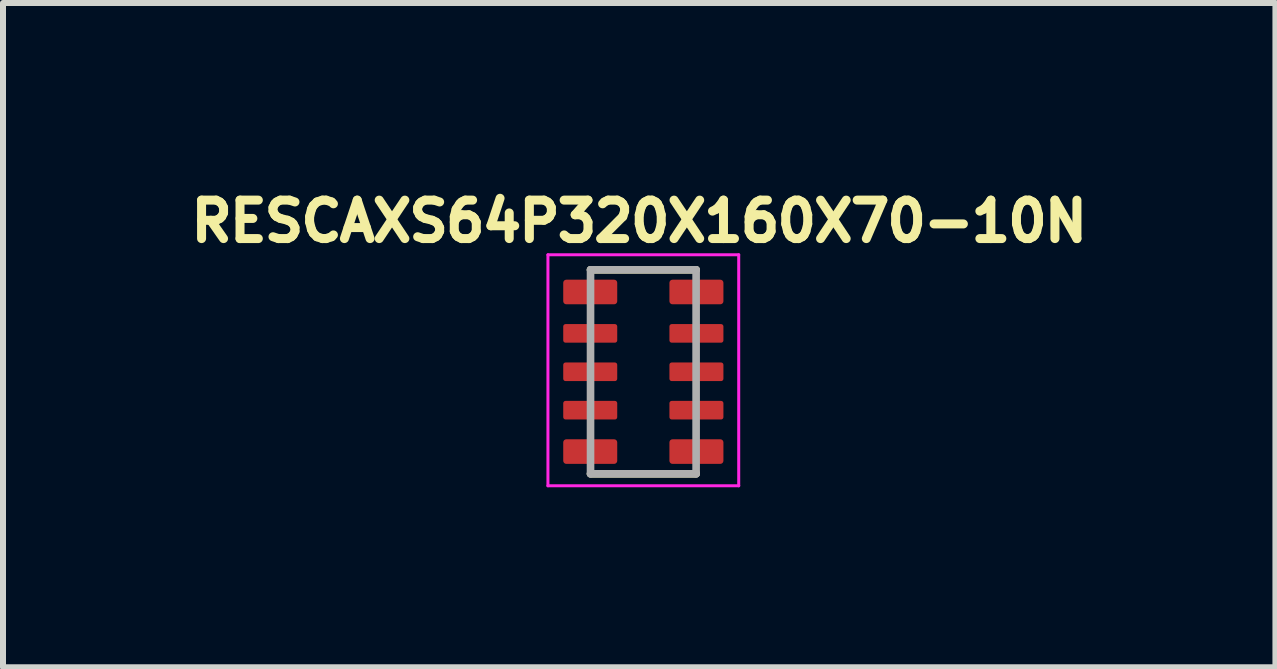
<source format=kicad_pcb>
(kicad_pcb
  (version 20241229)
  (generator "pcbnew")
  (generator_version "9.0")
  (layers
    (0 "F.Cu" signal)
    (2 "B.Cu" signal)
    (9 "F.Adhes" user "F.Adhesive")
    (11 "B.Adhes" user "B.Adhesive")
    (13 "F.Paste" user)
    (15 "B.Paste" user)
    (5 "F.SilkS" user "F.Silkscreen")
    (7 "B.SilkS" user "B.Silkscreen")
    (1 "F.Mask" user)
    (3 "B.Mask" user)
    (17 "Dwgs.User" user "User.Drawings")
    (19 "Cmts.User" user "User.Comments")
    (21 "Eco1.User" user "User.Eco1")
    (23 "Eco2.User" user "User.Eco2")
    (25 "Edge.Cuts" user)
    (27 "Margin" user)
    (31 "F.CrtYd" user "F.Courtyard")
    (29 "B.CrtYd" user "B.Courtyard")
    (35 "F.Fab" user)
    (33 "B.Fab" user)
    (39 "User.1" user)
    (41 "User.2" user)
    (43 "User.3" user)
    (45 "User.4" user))
  (footprint "RESCAXS64P320X160X70-10N"
    (layer "F.Cu")
    (at 7.673 3.147)
    (property "Reference" "RESCAXS64P320X160X70-10N" (at -0.068 -2.509 0) (layer "F.SilkS") (effects (font (size 0.641 0.641) (thickness 0.15))))
    (attr smd)
    (fp_line (start -0.88 -1.7) (end 0.88 -1.7) (stroke (width 0.127) (type solid)) (layer "F.SilkS"))
    (fp_line (start -0.88 1.7) (end 0.88 1.7) (stroke (width 0.127) (type solid)) (layer "F.SilkS"))
    (fp_line (start -1.59 -1.95) (end 1.59 -1.95) (stroke (width 0.05) (type solid)) (layer "F.CrtYd"))
    (fp_line (start -1.59 1.9) (end -1.59 -1.95) (stroke (width 0.05) (type solid)) (layer "F.CrtYd"))
    (fp_line (start 1.59 -1.95) (end 1.59 1.9) (stroke (width 0.05) (type solid)) (layer "F.CrtYd"))
    (fp_line (start 1.59 1.9) (end -1.59 1.9) (stroke (width 0.05) (type solid)) (layer "F.CrtYd"))
    (fp_line (start -0.88 -1.7) (end 0.88 -1.7) (stroke (width 0.127) (type solid)) (layer "F.Fab"))
    (fp_line (start -0.88 1.7) (end -0.88 -1.7) (stroke (width 0.127) (type solid)) (layer "F.Fab"))
    (fp_line (start 0.88 -1.7) (end 0.88 1.7) (stroke (width 0.127) (type solid)) (layer "F.Fab"))
    (fp_line (start 0.88 1.7) (end -0.88 1.7) (stroke (width 0.127) (type solid)) (layer "F.Fab"))
    (pad "1" smd roundrect (at -0.885 -1.33) (size 0.9 0.41) (layers "F.Cu" "F.Mask" "F.Paste") (roundrect_rratio 0.125))
    (pad "2" smd roundrect (at -0.885 -0.64) (size 0.9 0.31) (layers "F.Cu" "F.Mask" "F.Paste") (roundrect_rratio 0.125))
    (pad "3" smd roundrect (at -0.885 0) (size 0.9 0.31) (layers "F.Cu" "F.Mask" "F.Paste") (roundrect_rratio 0.125))
    (pad "4" smd roundrect (at -0.885 0.64) (size 0.9 0.31) (layers "F.Cu" "F.Mask" "F.Paste") (roundrect_rratio 0.125))
    (pad "5" smd roundrect (at -0.885 1.33) (size 0.9 0.41) (layers "F.Cu" "F.Mask" "F.Paste") (roundrect_rratio 0.125))
    (pad "6" smd roundrect (at 0.885 1.33) (size 0.9 0.41) (layers "F.Cu" "F.Mask" "F.Paste") (roundrect_rratio 0.125))
    (pad "7" smd roundrect (at 0.885 0.64) (size 0.9 0.31) (layers "F.Cu" "F.Mask" "F.Paste") (roundrect_rratio 0.125))
    (pad "8" smd roundrect (at 0.885 0) (size 0.9 0.31) (layers "F.Cu" "F.Mask" "F.Paste") (roundrect_rratio 0.125))
    (pad "9" smd roundrect (at 0.885 -0.64) (size 0.9 0.31) (layers "F.Cu" "F.Mask" "F.Paste") (roundrect_rratio 0.125))
    (pad "10" smd roundrect (at 0.885 -1.33) (size 0.9 0.41) (layers "F.Cu" "F.Mask" "F.Paste") (roundrect_rratio 0.125)))
  (gr_rect
    (start -3 -3)
    (end 18.209 8.072)
    (stroke (width 0.1) (type default))
    (fill no)
    (layer "Edge.Cuts")))
</source>
